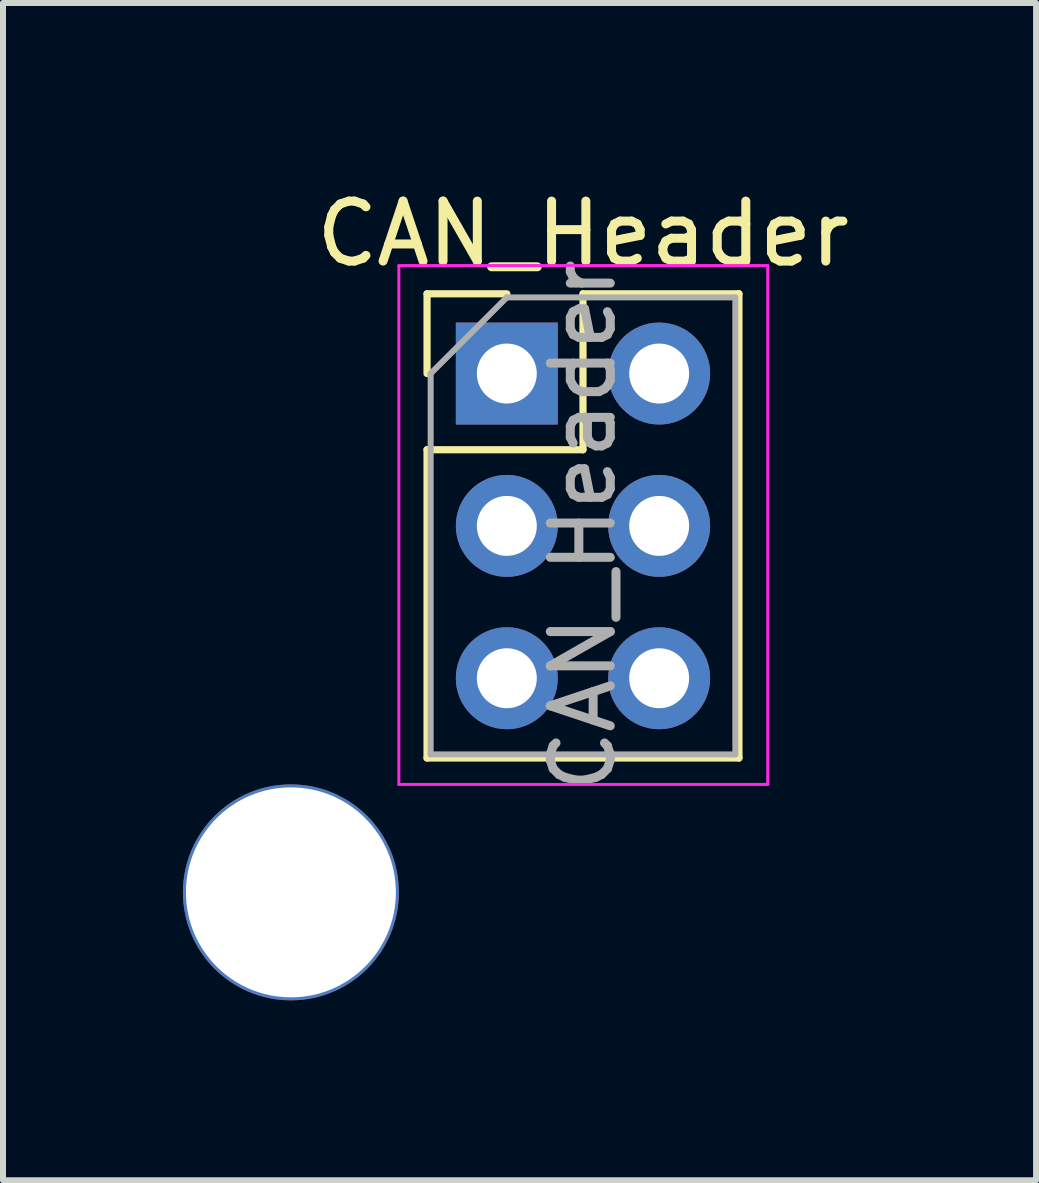
<source format=kicad_pcb>
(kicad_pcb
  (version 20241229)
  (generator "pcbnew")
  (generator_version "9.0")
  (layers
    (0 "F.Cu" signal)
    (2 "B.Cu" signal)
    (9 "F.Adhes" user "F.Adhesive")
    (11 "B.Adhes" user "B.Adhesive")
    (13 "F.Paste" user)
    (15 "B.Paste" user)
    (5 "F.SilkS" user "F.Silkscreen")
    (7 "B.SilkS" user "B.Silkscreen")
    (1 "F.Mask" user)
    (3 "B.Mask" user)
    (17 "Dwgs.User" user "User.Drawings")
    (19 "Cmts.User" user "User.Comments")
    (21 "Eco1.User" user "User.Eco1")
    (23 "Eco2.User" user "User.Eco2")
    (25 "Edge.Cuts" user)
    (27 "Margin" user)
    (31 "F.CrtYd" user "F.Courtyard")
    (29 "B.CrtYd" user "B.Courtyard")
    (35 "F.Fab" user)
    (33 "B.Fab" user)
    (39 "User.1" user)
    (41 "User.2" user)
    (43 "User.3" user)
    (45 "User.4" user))
  (footprint "CAN_Header"
    (layer "F.Cu")
    (at 5.4 3.178)
    (property "Reference" "CAN_Header" (at 1.27 -2.33 0) (layer "F.SilkS") (effects (font (size 1 1) (thickness 0.15))))
    (attr through_hole)
    (fp_line (start -1.33 -1.33) (end 0 -1.33) (stroke (width 0.12) (type solid)) (layer "F.SilkS"))
    (fp_line (start -1.33 0) (end -1.33 -1.33) (stroke (width 0.12) (type solid)) (layer "F.SilkS"))
    (fp_line (start -1.33 1.27) (end -1.33 6.41) (stroke (width 0.12) (type solid)) (layer "F.SilkS"))
    (fp_line (start -1.33 1.27) (end 1.27 1.27) (stroke (width 0.12) (type solid)) (layer "F.SilkS"))
    (fp_line (start -1.33 6.41) (end 3.87 6.41) (stroke (width 0.12) (type solid)) (layer "F.SilkS"))
    (fp_line (start 1.27 -1.33) (end 3.87 -1.33) (stroke (width 0.12) (type solid)) (layer "F.SilkS"))
    (fp_line (start 1.27 1.27) (end 1.27 -1.33) (stroke (width 0.12) (type solid)) (layer "F.SilkS"))
    (fp_line (start 3.87 -1.33) (end 3.87 6.41) (stroke (width 0.12) (type solid)) (layer "F.SilkS"))
    (fp_line (start -1.8 -1.8) (end -1.8 6.85) (stroke (width 0.05) (type solid)) (layer "F.CrtYd"))
    (fp_line (start -1.8 6.85) (end 4.35 6.85) (stroke (width 0.05) (type solid)) (layer "F.CrtYd"))
    (fp_line (start 4.35 -1.8) (end -1.8 -1.8) (stroke (width 0.05) (type solid)) (layer "F.CrtYd"))
    (fp_line (start 4.35 6.85) (end 4.35 -1.8) (stroke (width 0.05) (type solid)) (layer "F.CrtYd"))
    (fp_line (start -1.27 0) (end 0 -1.27) (stroke (width 0.1) (type solid)) (layer "F.Fab"))
    (fp_line (start -1.27 6.35) (end -1.27 0) (stroke (width 0.1) (type solid)) (layer "F.Fab"))
    (fp_line (start 0 -1.27) (end 3.81 -1.27) (stroke (width 0.1) (type solid)) (layer "F.Fab"))
    (fp_line (start 3.81 -1.27) (end 3.81 6.35) (stroke (width 0.1) (type solid)) (layer "F.Fab"))
    (fp_line (start 3.81 6.35) (end -1.27 6.35) (stroke (width 0.1) (type solid)) (layer "F.Fab"))
    (fp_text user "${REFERENCE}" (at 1.27 2.54 90) (layer "F.Fab") (effects (font (size 1 1) (thickness 0.15))))
    (pad "" np_thru_hole circle (at -3.6 8.65) (size 3.6 3.6) (drill 3.5) (layers "*.Cu" "*.Mask"))
    (pad "1" thru_hole rect (at 0 0) (size 1.7 1.7) (drill 1) (layers "*.Cu" "*.Mask"))
    (pad "2" thru_hole oval (at 2.54 0) (size 1.7 1.7) (drill 1) (layers "*.Cu" "*.Mask"))
    (pad "3" thru_hole oval (at 0 2.54) (size 1.7 1.7) (drill 1) (layers "*.Cu" "*.Mask"))
    (pad "4" thru_hole oval (at 2.54 2.54) (size 1.7 1.7) (drill 1) (layers "*.Cu" "*.Mask"))
    (pad "5" thru_hole oval (at 0 5.08) (size 1.7 1.7) (drill 1) (layers "*.Cu" "*.Mask"))
    (pad "6" thru_hole oval (at 2.54 5.08) (size 1.7 1.7) (drill 1) (layers "*.Cu" "*.Mask")))
  (gr_rect
    (start -3 -3)
    (end 14.224 16.628)
    (stroke (width 0.1) (type default))
    (fill no)
    (layer "Edge.Cuts")))
</source>
